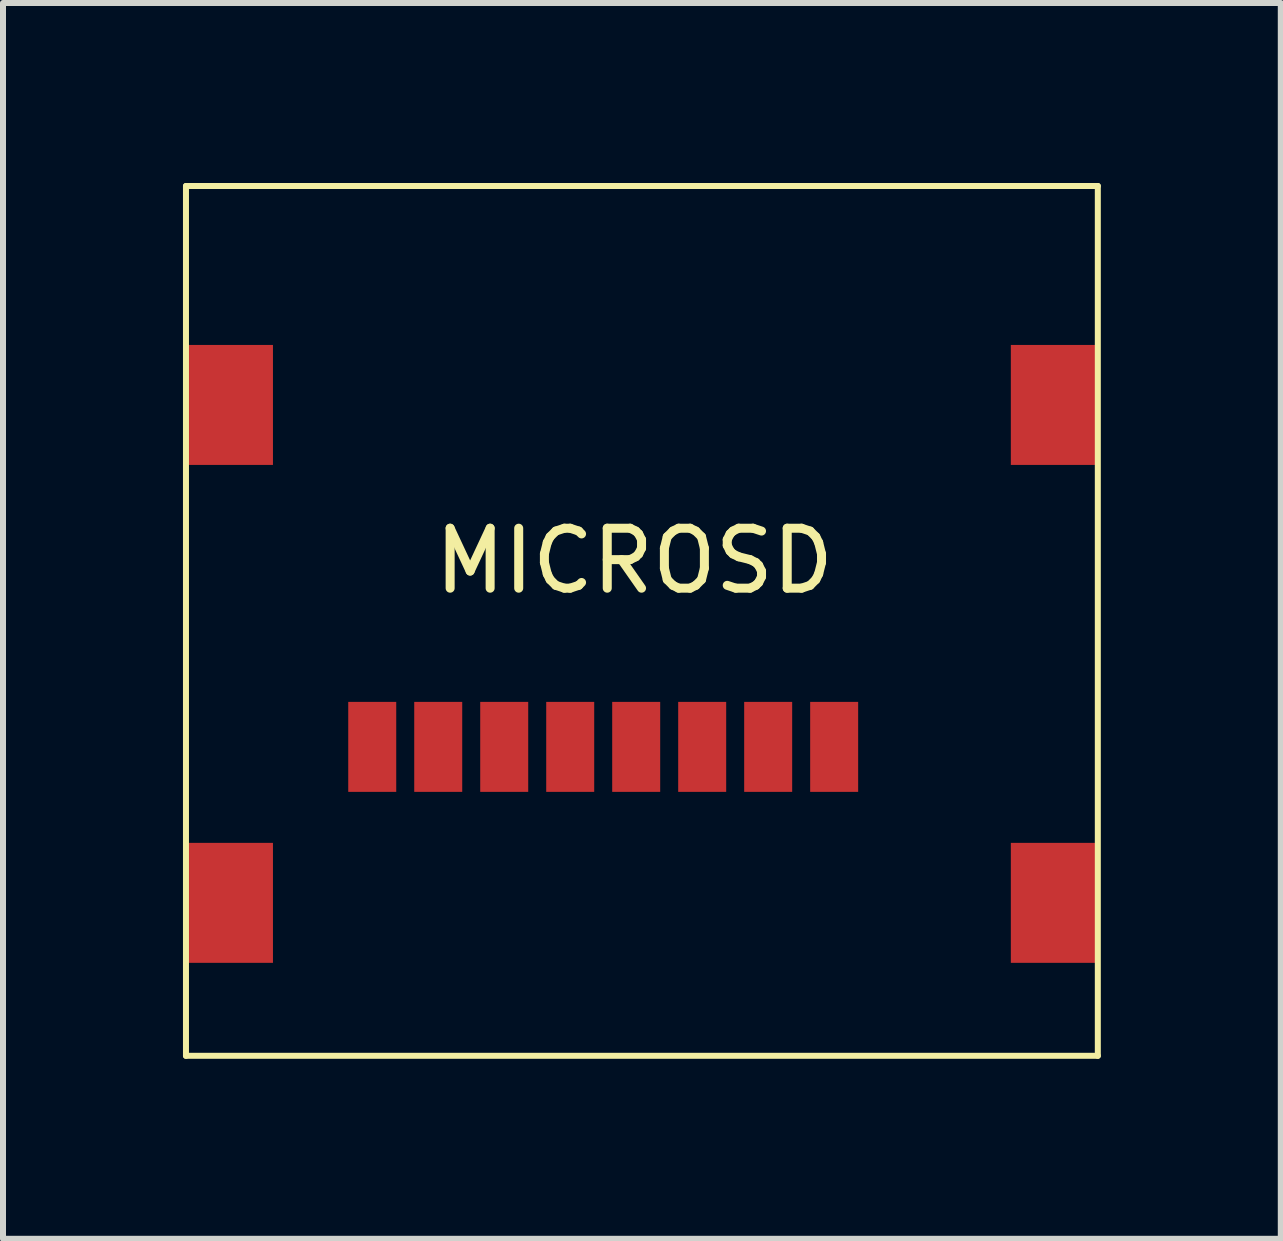
<source format=kicad_pcb>
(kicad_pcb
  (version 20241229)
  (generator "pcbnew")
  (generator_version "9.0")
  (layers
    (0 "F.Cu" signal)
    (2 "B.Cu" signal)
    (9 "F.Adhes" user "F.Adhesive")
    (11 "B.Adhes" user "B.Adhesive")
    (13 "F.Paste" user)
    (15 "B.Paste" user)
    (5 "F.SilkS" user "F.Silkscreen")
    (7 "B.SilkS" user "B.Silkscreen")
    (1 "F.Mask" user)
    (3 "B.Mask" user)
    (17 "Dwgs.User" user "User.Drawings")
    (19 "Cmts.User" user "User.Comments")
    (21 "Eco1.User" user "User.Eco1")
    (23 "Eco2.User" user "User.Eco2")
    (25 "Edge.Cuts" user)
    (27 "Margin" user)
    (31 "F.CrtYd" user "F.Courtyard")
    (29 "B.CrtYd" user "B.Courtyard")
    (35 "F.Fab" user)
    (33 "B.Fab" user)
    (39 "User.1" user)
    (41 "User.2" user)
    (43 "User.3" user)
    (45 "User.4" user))
  (footprint "MICROSD"
    (layer "F.Cu")
    (at 14.525 12)
    (property "Reference" "MICROSD" (at -7 -5.7 0) (layer "F.SilkS") (effects (font (size 1 1) (thickness 0.15))))
    (attr smd)
    (fp_line (start -14.475 -11.95) (end -14.475 2.55) (stroke (width 0.1) (type solid)) (layer "F.SilkS"))
    (fp_line (start -14.475 2.55) (end 0.725 2.55) (stroke (width 0.1) (type solid)) (layer "F.SilkS"))
    (fp_line (start 0.725 -11.95) (end -14.475 -11.95) (stroke (width 0.1) (type solid)) (layer "F.SilkS"))
    (fp_line (start 0.725 2.55) (end 0.725 -11.95) (stroke (width 0.1) (type solid)) (layer "F.SilkS"))
    (pad "1" smd rect (at -3.67 -2.6) (size 0.8 1.5) (layers "F.Cu" "F.Mask" "F.Paste"))
    (pad "2" smd rect (at -4.77 -2.6) (size 0.8 1.5) (layers "F.Cu" "F.Mask" "F.Paste"))
    (pad "3" smd rect (at -5.87 -2.6) (size 0.8 1.5) (layers "F.Cu" "F.Mask" "F.Paste"))
    (pad "4" smd rect (at -6.97 -2.6) (size 0.8 1.5) (layers "F.Cu" "F.Mask" "F.Paste"))
    (pad "5" smd rect (at -8.07 -2.6) (size 0.8 1.5) (layers "F.Cu" "F.Mask" "F.Paste"))
    (pad "6" smd rect (at -9.17 -2.6) (size 0.8 1.5) (layers "F.Cu" "F.Mask" "F.Paste"))
    (pad "7" smd rect (at -10.27 -2.6) (size 0.8 1.5) (layers "F.Cu" "F.Mask" "F.Paste"))
    (pad "8" smd rect (at -11.37 -2.6) (size 0.8 1.5) (layers "F.Cu" "F.Mask" "F.Paste"))
    (pad "9" smd rect (at -13.75 -8.3) (size 1.45 2) (layers "F.Cu" "F.Mask" "F.Paste"))
    (pad "9" smd rect (at -13.75 0) (size 1.45 2) (layers "F.Cu" "F.Mask" "F.Paste"))
    (pad "9" smd rect (at 0 -8.3) (size 1.45 2) (layers "F.Cu" "F.Mask" "F.Paste"))
    (pad "9" smd rect (at 0 0) (size 1.45 2) (layers "F.Cu" "F.Mask" "F.Paste")))
  (gr_rect
    (start -3 -3)
    (end 18.3 17.6)
    (stroke (width 0.1) (type default))
    (fill no)
    (layer "Edge.Cuts")))
</source>
